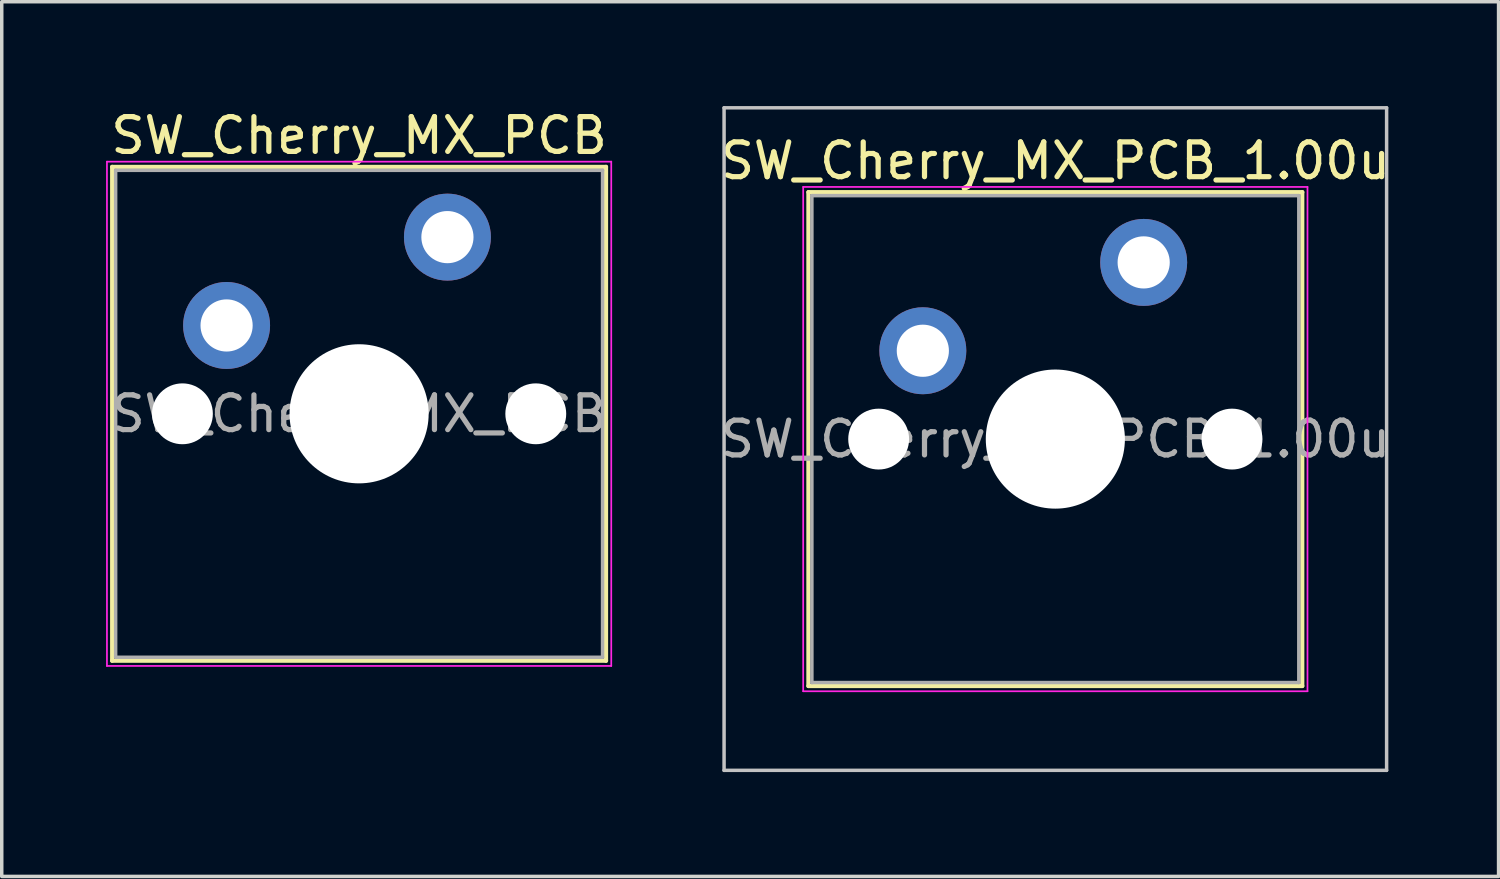
<source format=kicad_pcb>
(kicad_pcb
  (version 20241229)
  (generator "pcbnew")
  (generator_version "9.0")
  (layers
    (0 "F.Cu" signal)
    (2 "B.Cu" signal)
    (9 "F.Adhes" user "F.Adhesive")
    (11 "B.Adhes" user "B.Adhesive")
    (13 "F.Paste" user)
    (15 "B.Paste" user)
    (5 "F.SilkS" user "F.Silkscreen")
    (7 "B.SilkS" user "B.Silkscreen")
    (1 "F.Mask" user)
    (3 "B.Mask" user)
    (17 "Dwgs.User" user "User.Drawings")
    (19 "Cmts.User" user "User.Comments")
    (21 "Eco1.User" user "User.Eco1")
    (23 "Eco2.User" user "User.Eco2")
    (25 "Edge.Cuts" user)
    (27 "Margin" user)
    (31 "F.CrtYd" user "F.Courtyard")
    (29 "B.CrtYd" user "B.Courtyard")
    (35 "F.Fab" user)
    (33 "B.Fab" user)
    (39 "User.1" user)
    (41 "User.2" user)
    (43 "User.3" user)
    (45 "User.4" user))
  (footprint "SW_Cherry_MX_PCB"
    (layer "F.Cu")
    (at 7.275 8.848)
    (property "Reference" "SW_Cherry_MX_PCB" (at 0 -8 0) (layer "F.SilkS") (effects (font (size 1 1) (thickness 0.15))))
    (attr through_hole)
    (fp_line (start -7.1 -7.1) (end -7.1 7.1) (stroke (width 0.12) (type solid)) (layer "F.SilkS"))
    (fp_line (start -7.1 7.1) (end 7.1 7.1) (stroke (width 0.12) (type solid)) (layer "F.SilkS"))
    (fp_line (start 7.1 -7.1) (end -7.1 -7.1) (stroke (width 0.12) (type solid)) (layer "F.SilkS"))
    (fp_line (start 7.1 7.1) (end 7.1 -7.1) (stroke (width 0.12) (type solid)) (layer "F.SilkS"))
    (fp_line (start -7 -7) (end -7 7) (stroke (width 0.1) (type solid)) (layer "Eco1.User"))
    (fp_line (start -7 7) (end 7 7) (stroke (width 0.1) (type solid)) (layer "Eco1.User"))
    (fp_line (start 7 -7) (end -7 -7) (stroke (width 0.1) (type solid)) (layer "Eco1.User"))
    (fp_line (start 7 7) (end 7 -7) (stroke (width 0.1) (type solid)) (layer "Eco1.User"))
    (fp_line (start -7.25 -7.25) (end -7.25 7.25) (stroke (width 0.05) (type solid)) (layer "F.CrtYd"))
    (fp_line (start -7.25 7.25) (end 7.25 7.25) (stroke (width 0.05) (type solid)) (layer "F.CrtYd"))
    (fp_line (start 7.25 -7.25) (end -7.25 -7.25) (stroke (width 0.05) (type solid)) (layer "F.CrtYd"))
    (fp_line (start 7.25 7.25) (end 7.25 -7.25) (stroke (width 0.05) (type solid)) (layer "F.CrtYd"))
    (fp_line (start -7 -7) (end -7 7) (stroke (width 0.1) (type solid)) (layer "F.Fab"))
    (fp_line (start -7 7) (end 7 7) (stroke (width 0.1) (type solid)) (layer "F.Fab"))
    (fp_line (start 7 -7) (end -7 -7) (stroke (width 0.1) (type solid)) (layer "F.Fab"))
    (fp_line (start 7 7) (end 7 -7) (stroke (width 0.1) (type solid)) (layer "F.Fab"))
    (fp_text user "${REFERENCE}" (at 0 0 0) (layer "F.Fab") (effects (font (size 1 1) (thickness 0.15))))
    (pad "" np_thru_hole circle (at -5.08 0) (size 1.75 1.75) (drill 1.75) (layers "*.Cu" "*.Mask"))
    (pad "" smd circle (at -3.81 -2.54) (size 1.55 1.55) (layers "F.Mask"))
    (pad "" np_thru_hole circle (at 0 0) (size 4 4) (drill 4) (layers "*.Cu" "*.Mask"))
    (pad "" smd circle (at 2.54 -5.08) (size 1.55 1.55) (layers "F.Mask"))
    (pad "" np_thru_hole circle (at 5.08 0) (size 1.75 1.75) (drill 1.75) (layers "*.Cu" "*.Mask"))
    (pad "1" thru_hole circle (at -3.81 -2.54) (size 2.5 2.5) (drill 1.5) (layers "*.Cu" "B.Mask"))
    (pad "2" thru_hole circle (at 2.54 -5.08) (size 2.5 2.5) (drill 1.5) (layers "*.Cu" "B.Mask")))
  (footprint "SW_Cherry_MX_PCB_1.00u"
    (layer "F.Cu")
    (at 27.294 9.575)
    (property "Reference" "SW_Cherry_MX_PCB_1.00u" (at 0 -8 0) (layer "F.SilkS") (effects (font (size 1 1) (thickness 0.15))))
    (attr through_hole)
    (fp_line (start -7.1 -7.1) (end -7.1 7.1) (stroke (width 0.12) (type solid)) (layer "F.SilkS"))
    (fp_line (start -7.1 7.1) (end 7.1 7.1) (stroke (width 0.12) (type solid)) (layer "F.SilkS"))
    (fp_line (start 7.1 -7.1) (end -7.1 -7.1) (stroke (width 0.12) (type solid)) (layer "F.SilkS"))
    (fp_line (start 7.1 7.1) (end 7.1 -7.1) (stroke (width 0.12) (type solid)) (layer "F.SilkS"))
    (fp_line (start -9.525 -9.525) (end -9.525 9.525) (stroke (width 0.1) (type solid)) (layer "Dwgs.User"))
    (fp_line (start -9.525 9.525) (end 9.525 9.525) (stroke (width 0.1) (type solid)) (layer "Dwgs.User"))
    (fp_line (start 9.525 -9.525) (end -9.525 -9.525) (stroke (width 0.1) (type solid)) (layer "Dwgs.User"))
    (fp_line (start 9.525 9.525) (end 9.525 -9.525) (stroke (width 0.1) (type solid)) (layer "Dwgs.User"))
    (fp_line (start -7 -7) (end -7 7) (stroke (width 0.1) (type solid)) (layer "Eco1.User"))
    (fp_line (start -7 7) (end 7 7) (stroke (width 0.1) (type solid)) (layer "Eco1.User"))
    (fp_line (start 7 -7) (end -7 -7) (stroke (width 0.1) (type solid)) (layer "Eco1.User"))
    (fp_line (start 7 7) (end 7 -7) (stroke (width 0.1) (type solid)) (layer "Eco1.User"))
    (fp_line (start -7.25 -7.25) (end -7.25 7.25) (stroke (width 0.05) (type solid)) (layer "F.CrtYd"))
    (fp_line (start -7.25 7.25) (end 7.25 7.25) (stroke (width 0.05) (type solid)) (layer "F.CrtYd"))
    (fp_line (start 7.25 -7.25) (end -7.25 -7.25) (stroke (width 0.05) (type solid)) (layer "F.CrtYd"))
    (fp_line (start 7.25 7.25) (end 7.25 -7.25) (stroke (width 0.05) (type solid)) (layer "F.CrtYd"))
    (fp_line (start -7 -7) (end -7 7) (stroke (width 0.1) (type solid)) (layer "F.Fab"))
    (fp_line (start -7 7) (end 7 7) (stroke (width 0.1) (type solid)) (layer "F.Fab"))
    (fp_line (start 7 -7) (end -7 -7) (stroke (width 0.1) (type solid)) (layer "F.Fab"))
    (fp_line (start 7 7) (end 7 -7) (stroke (width 0.1) (type solid)) (layer "F.Fab"))
    (fp_text user "${REFERENCE}" (at 0 0 0) (layer "F.Fab") (effects (font (size 1 1) (thickness 0.15))))
    (pad "" np_thru_hole circle (at -5.08 0) (size 1.75 1.75) (drill 1.75) (layers "*.Cu" "*.Mask"))
    (pad "" smd circle (at -3.81 -2.54) (size 1.55 1.55) (layers "F.Mask"))
    (pad "" np_thru_hole circle (at 0 0) (size 4 4) (drill 4) (layers "*.Cu" "*.Mask"))
    (pad "" smd circle (at 2.54 -5.08) (size 1.55 1.55) (layers "F.Mask"))
    (pad "" np_thru_hole circle (at 5.08 0) (size 1.75 1.75) (drill 1.75) (layers "*.Cu" "*.Mask"))
    (pad "1" thru_hole circle (at -3.81 -2.54) (size 2.5 2.5) (drill 1.5) (layers "*.Cu" "B.Mask"))
    (pad "2" thru_hole circle (at 2.54 -5.08) (size 2.5 2.5) (drill 1.5) (layers "*.Cu" "B.Mask")))
  (gr_rect
    (start -3 -3)
    (end 40.038 22.15)
    (stroke (width 0.1) (type default))
    (fill no)
    (layer "Edge.Cuts")))
</source>
